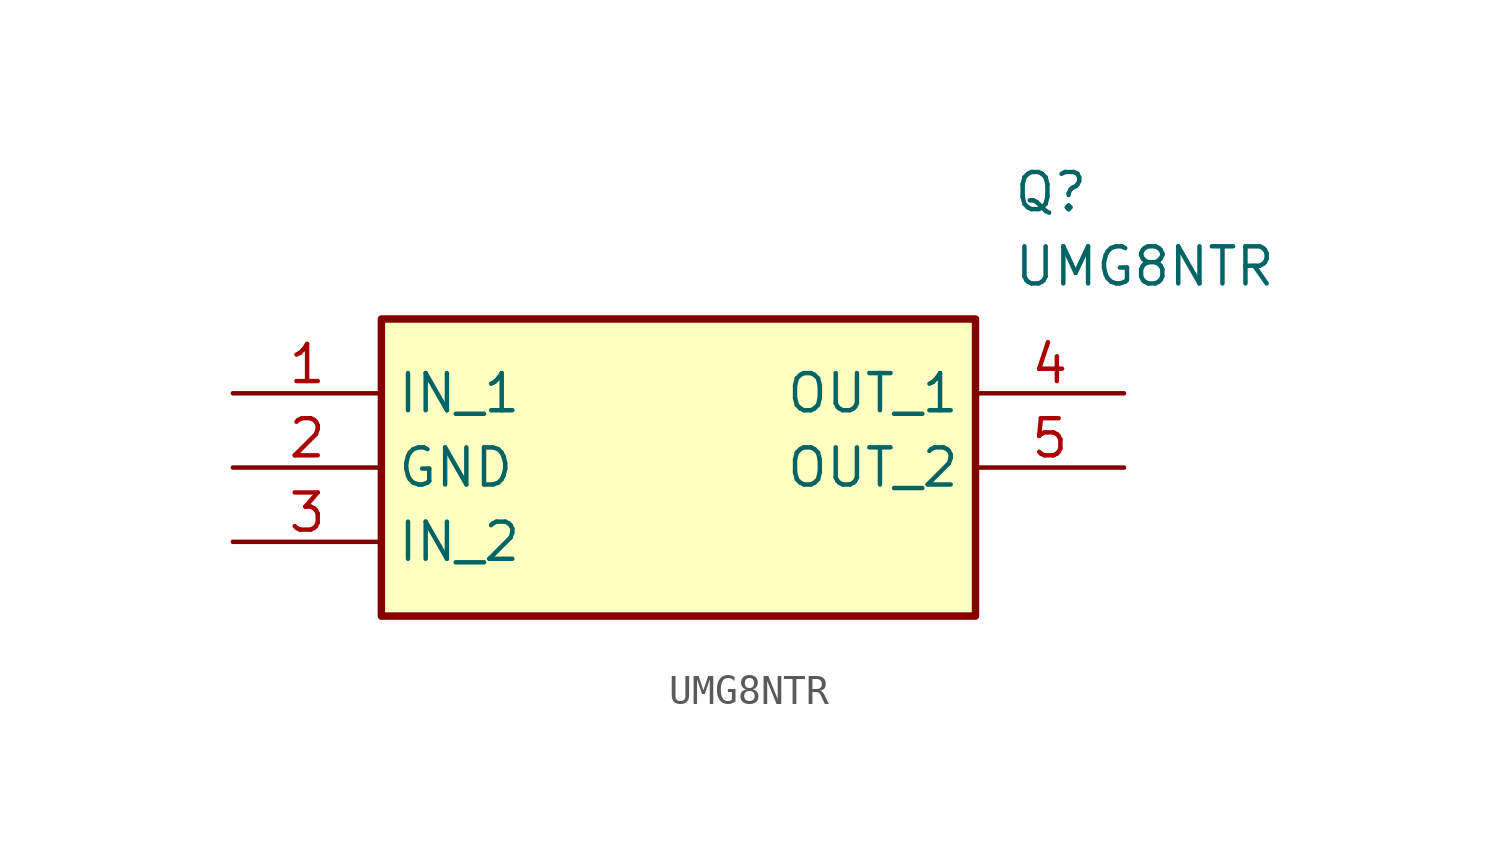
<source format=kicad_sym>
(kicad_symbol_lib
  (version 20211014)
  (generator SamacSys_ECAD_Model)
  (symbol "UMG8NTR"
    (property "Reference" "Q"
      (at 26.67 7.62 0)
      (effects (font (size 1.27 1.27)) (justify left top)))
    (property "Value" "UMG8NTR"
      (at 26.67 5.08 0)
      (effects (font (size 1.27 1.27)) (justify left top)))
    (rectangle
      (start 5.08 2.54)
      (end 25.4 -7.62)
      (stroke (width 0.254) (type default))
      (fill (type background)))
    (pin passive line
      (at 0 0 0)
      (length 5.08)
      (name "IN_1" (effects (font (size 1.27 1.27))))
      (number "1" (effects (font (size 1.27 1.27)))))
    (pin passive line
      (at 0 -2.54 0)
      (length 5.08)
      (name "GND" (effects (font (size 1.27 1.27))))
      (number "2" (effects (font (size 1.27 1.27)))))
    (pin passive line
      (at 0 -5.08 0)
      (length 5.08)
      (name "IN_2" (effects (font (size 1.27 1.27))))
      (number "3" (effects (font (size 1.27 1.27)))))
    (pin passive line
      (at 30.48 0 180)
      (length 5.08)
      (name "OUT_1" (effects (font (size 1.27 1.27))))
      (number "4" (effects (font (size 1.27 1.27)))))
    (pin passive line
      (at 30.48 -2.54 180)
      (length 5.08)
      (name "OUT_2" (effects (font (size 1.27 1.27))))
      (number "5" (effects (font (size 1.27 1.27)))))))
</source>
